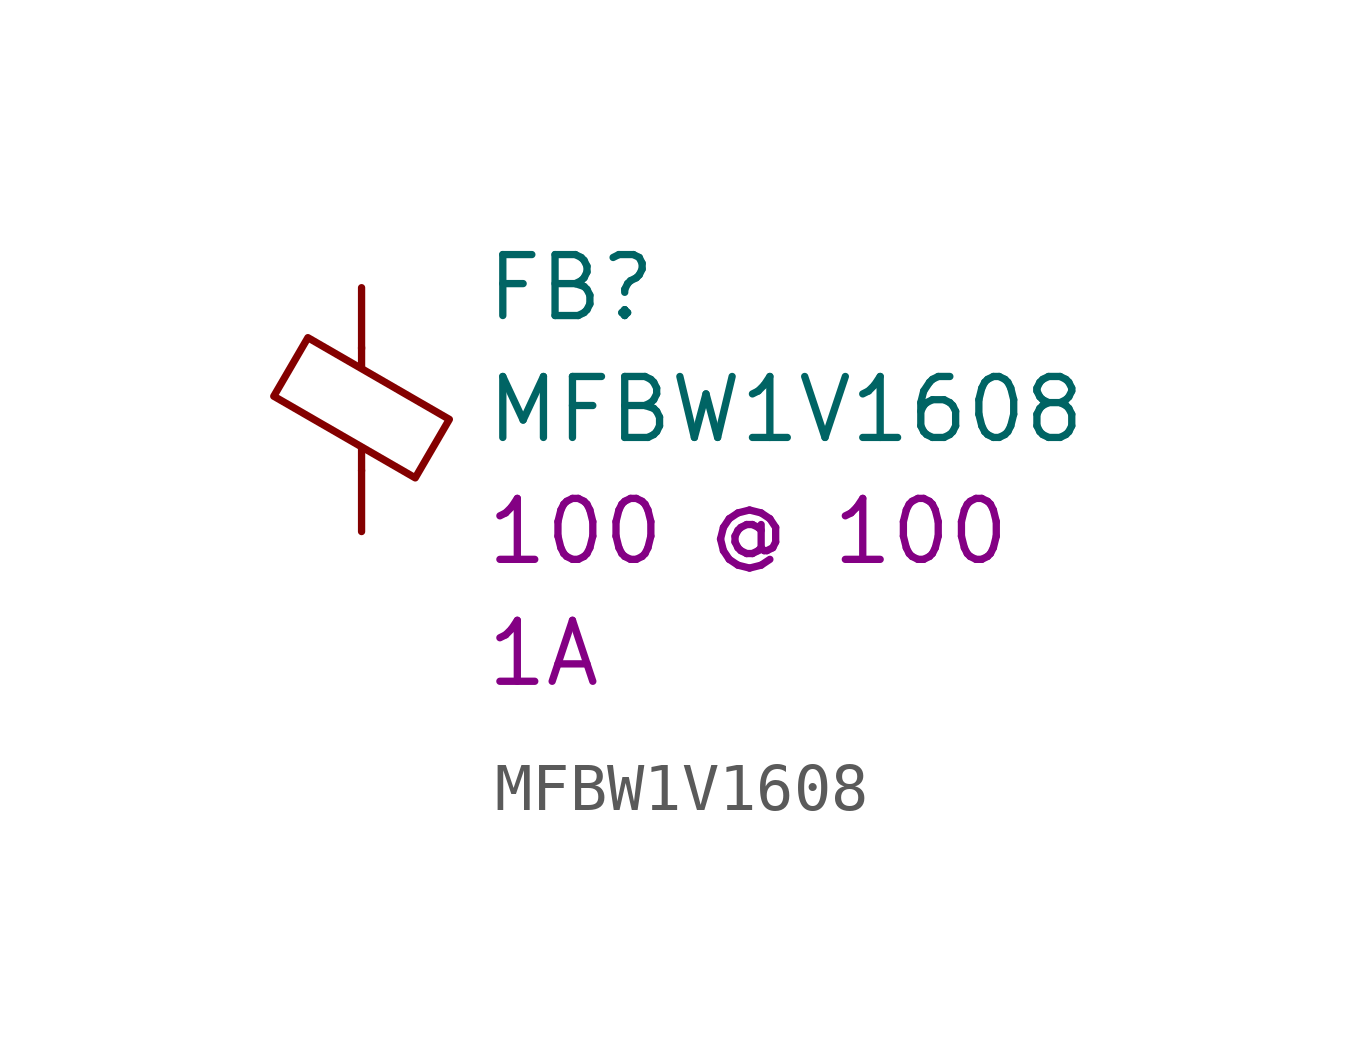
<source format=kicad_sym>
(kicad_symbol_lib
  (version 20210619)
  (generator kicad_symbol_editor)
  (symbol "ulib_Ferrite_Bead_SMD:MFBW1V1608"
    (pin_numbers hide)
    (pin_names hide)
    (property "Reference" "FB"
      (at 2.54 2.54 0)
      (effects (font (size 1.27 1.27)) (justify left)))
    (property "Value" "MFBW1V1608"
      (at 2.54 0 0)
      (effects (font (size 1.27 1.27)) (justify left)))
    (property "Impedance" "100 @ 100"
      (at 2.54 -2.54 0)
      (effects (font (size 1.27 1.27)) (justify left)))
    (property "Current" "1A"
      (at 2.54 -5.08 0)
      (effects (font (size 1.27 1.27)) (justify left)))
    (symbol "MFBW1V1608_0_1"
      (polyline (pts (xy 0 -1.27) (xy 0 -0.787)) (stroke (width 0)) (fill (type none)))
      (polyline (pts (xy 0 0.889) (xy 0 1.295)) (stroke (width 0)) (fill (type none)))
      (polyline (pts (xy -1.829 0.279) (xy -1.118 1.499) (xy 1.829 -0.203) (xy 1.118 -1.422) (xy -1.829 0.279)) (stroke (width 0)) (fill (type none))))
    (symbol "MFBW1V1608_1_1"
      (pin passive line (at 0 2.54 270) (length 1.27) (name "~" (effects (font (size 1.27 1.27)))) (number "1" (effects (font (size 1.27 1.27)))))
      (pin passive line (at 0 -2.54 90) (length 1.27) (name "~" (effects (font (size 1.27 1.27)))) (number "2" (effects (font (size 1.27 1.27))))))))
</source>
